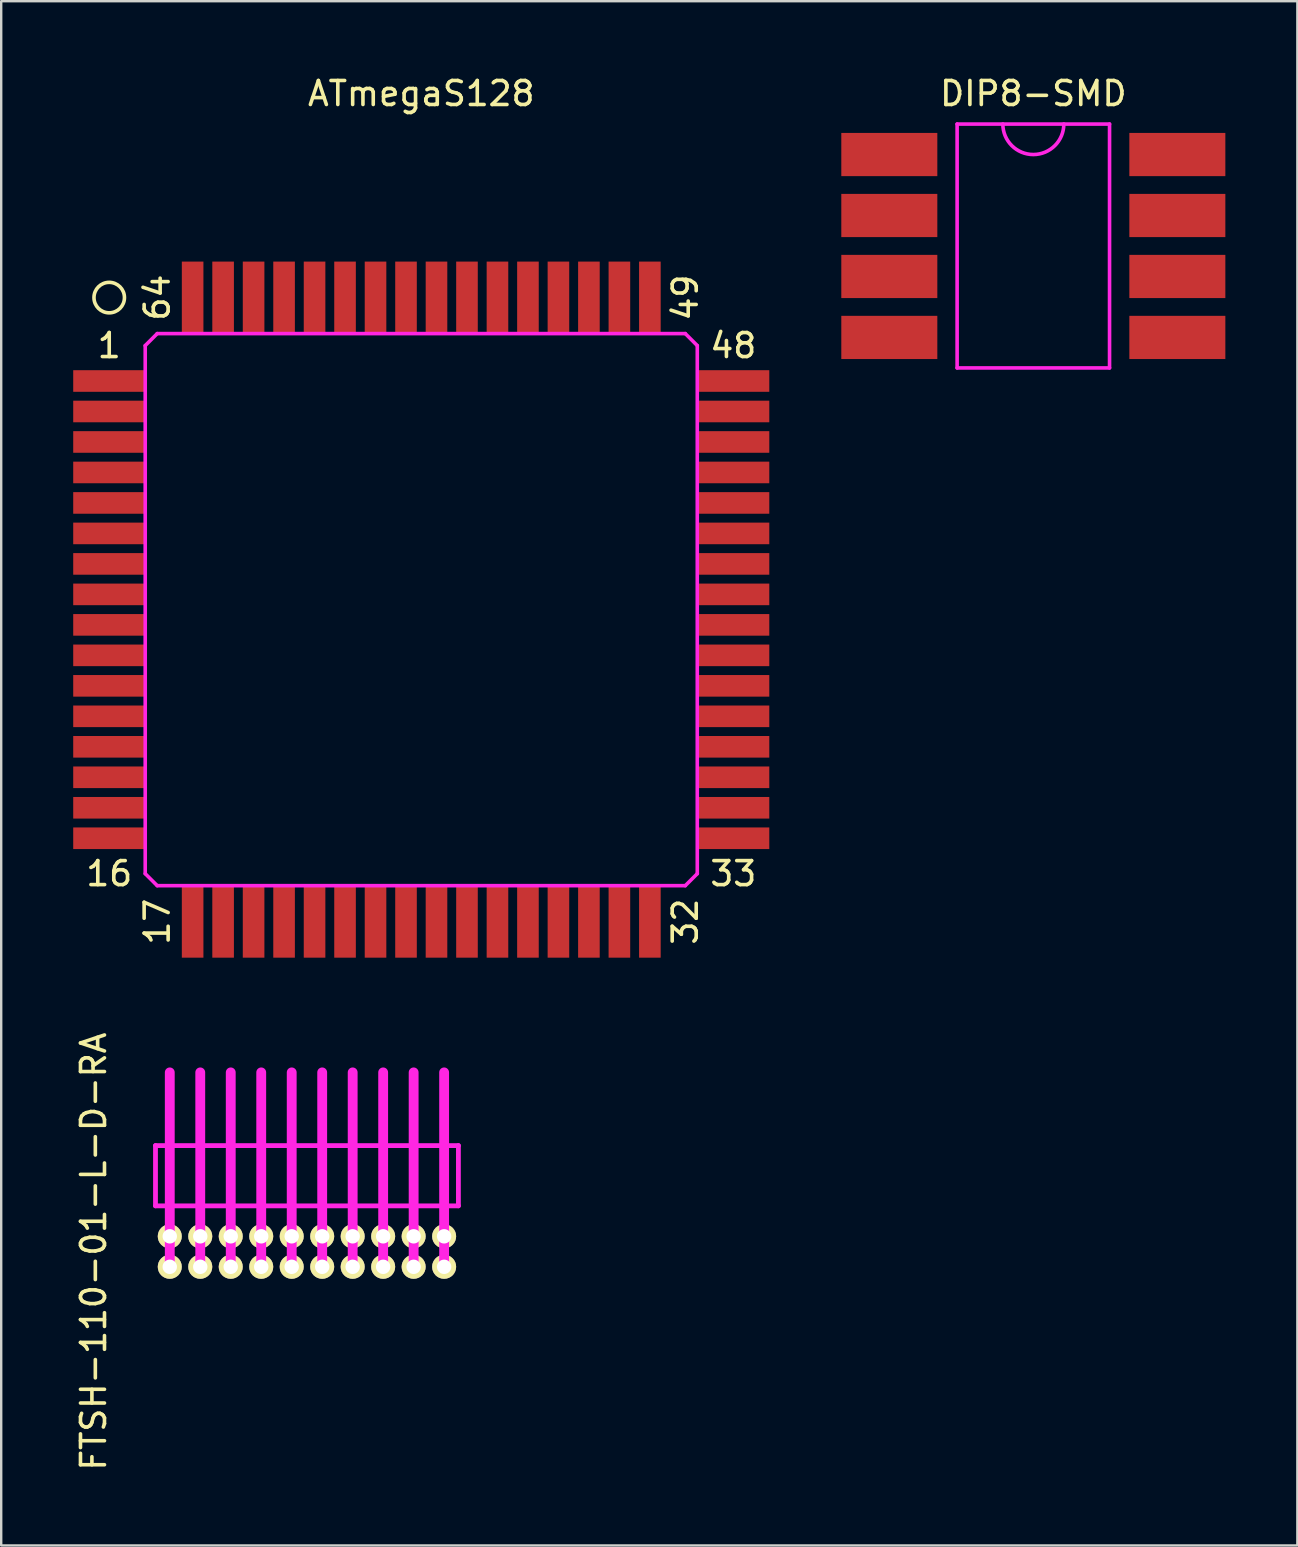
<source format=kicad_pcb>
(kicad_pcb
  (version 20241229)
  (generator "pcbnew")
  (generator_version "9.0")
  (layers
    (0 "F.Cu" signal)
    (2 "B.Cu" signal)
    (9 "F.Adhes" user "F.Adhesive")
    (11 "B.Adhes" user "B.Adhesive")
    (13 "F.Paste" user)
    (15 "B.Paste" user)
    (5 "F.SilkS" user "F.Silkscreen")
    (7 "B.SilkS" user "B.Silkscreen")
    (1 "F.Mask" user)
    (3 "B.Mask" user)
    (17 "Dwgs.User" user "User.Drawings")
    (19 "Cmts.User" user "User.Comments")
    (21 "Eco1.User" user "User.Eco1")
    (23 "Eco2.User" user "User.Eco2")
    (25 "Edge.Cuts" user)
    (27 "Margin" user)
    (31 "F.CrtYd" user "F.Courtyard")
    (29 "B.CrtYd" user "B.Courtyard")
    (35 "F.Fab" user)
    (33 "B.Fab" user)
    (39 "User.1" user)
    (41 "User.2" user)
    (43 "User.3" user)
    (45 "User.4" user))
  (footprint "DIP8-SMD"
    (layer "F.Cu")
    (at 40 7.198)
    (property "Reference" "DIP8-SMD" (at 0 -6.35 0) (layer "F.SilkS") (effects (font (size 1 1) (thickness 0.15))))
    (attr through_hole)
    (fp_line (start -3.175 -5.08) (end 3.175 -5.08) (stroke (width 0.15) (type solid)) (layer "F.CrtYd"))
    (fp_line (start -3.175 5.08) (end -3.175 -5.08) (stroke (width 0.15) (type solid)) (layer "F.CrtYd"))
    (fp_line (start 3.175 -5.08) (end 3.175 5.08) (stroke (width 0.15) (type solid)) (layer "F.CrtYd"))
    (fp_line (start 3.175 5.08) (end -3.175 5.08) (stroke (width 0.15) (type solid)) (layer "F.CrtYd"))
    (fp_arc (start 1.27 -5.08) (mid 0 -3.81) (end -1.27 -5.08) (stroke (width 0.15) (type solid)) (layer "F.CrtYd"))
    (pad "1" smd rect (at -6 -3.81) (size 4 1.8) (layers "F.Cu" "F.Mask" "F.Paste"))
    (pad "2" smd rect (at -6 -1.27) (size 4 1.8) (layers "F.Cu" "F.Mask" "F.Paste"))
    (pad "3" smd rect (at -6 1.27) (size 4 1.8) (layers "F.Cu" "F.Mask" "F.Paste"))
    (pad "4" smd rect (at -6 3.81) (size 4 1.8) (layers "F.Cu" "F.Mask" "F.Paste"))
    (pad "5" smd rect (at 6 3.81) (size 4 1.8) (layers "F.Cu" "F.Mask" "F.Paste"))
    (pad "6" smd rect (at 6 1.27) (size 4 1.8) (layers "F.Cu" "F.Mask" "F.Paste"))
    (pad "7" smd rect (at 6 -1.27) (size 4 1.8) (layers "F.Cu" "F.Mask" "F.Paste"))
    (pad "8" smd rect (at 6 -3.81) (size 4 1.8) (layers "F.Cu" "F.Mask" "F.Paste")))
  (footprint "ATmegaS128"
    (layer "F.Cu")
    (at 14.5 22.348)
    (property "Reference" "ATmegaS128" (at 0 -21.5 0) (layer "F.SilkS") (effects (font (size 1 1) (thickness 0.15))))
    (attr through_hole)
    (fp_circle (center -13 -13) (end -12.365 -13) (stroke (width 0.15) (type solid)) (fill no) (layer "F.SilkS"))
    (fp_line (start -11.5 -11) (end -11 -11.5) (stroke (width 0.15) (type solid)) (layer "F.CrtYd"))
    (fp_line (start -11.5 11) (end -11.5 -11) (stroke (width 0.15) (type solid)) (layer "F.CrtYd"))
    (fp_line (start -11 -11.5) (end 11 -11.5) (stroke (width 0.15) (type solid)) (layer "F.CrtYd"))
    (fp_line (start -11 11.5) (end -11.5 11) (stroke (width 0.15) (type solid)) (layer "F.CrtYd"))
    (fp_line (start 11 -11.5) (end 11.5 -11) (stroke (width 0.15) (type solid)) (layer "F.CrtYd"))
    (fp_line (start 11 11.5) (end -11 11.5) (stroke (width 0.15) (type solid)) (layer "F.CrtYd"))
    (fp_line (start 11.5 -11) (end 11.5 11) (stroke (width 0.15) (type solid)) (layer "F.CrtYd"))
    (fp_line (start 11.5 11) (end 11 11.5) (stroke (width 0.15) (type solid)) (layer "F.CrtYd"))
    (fp_text user "64" (at -11 -13 90) (layer "F.SilkS") (effects (font (size 1 1) (thickness 0.15))))
    (fp_text user "1" (at -13 -11 0) (layer "F.SilkS") (effects (font (size 1 1) (thickness 0.15))))
    (fp_text user "48" (at 13 -11 0) (layer "F.SilkS") (effects (font (size 1 1) (thickness 0.15))))
    (fp_text user "17" (at -11 13 90) (layer "F.SilkS") (effects (font (size 1 1) (thickness 0.15))))
    (fp_text user "49" (at 11 -13 90) (layer "F.SilkS") (effects (font (size 1 1) (thickness 0.15))))
    (fp_text user "16" (at -13 11 0) (layer "F.SilkS") (effects (font (size 1 1) (thickness 0.15))))
    (fp_text user "33" (at 13 11 0) (layer "F.SilkS") (effects (font (size 1 1) (thickness 0.15))))
    (fp_text user "32" (at 11 13 90) (layer "F.SilkS") (effects (font (size 1 1) (thickness 0.15))))
    (pad "1" smd rect (at -13 -9.525) (size 3 0.9) (layers "F.Cu" "F.Mask" "F.Paste"))
    (pad "2" smd rect (at -13 -8.255) (size 3 0.9) (layers "F.Cu" "F.Mask" "F.Paste"))
    (pad "3" smd rect (at -13 -6.985) (size 3 0.9) (layers "F.Cu" "F.Mask" "F.Paste"))
    (pad "4" smd rect (at -13 -5.715) (size 3 0.9) (layers "F.Cu" "F.Mask" "F.Paste"))
    (pad "5" smd rect (at -13 -4.445) (size 3 0.9) (layers "F.Cu" "F.Mask" "F.Paste"))
    (pad "6" smd rect (at -13 -3.175) (size 3 0.9) (layers "F.Cu" "F.Mask" "F.Paste"))
    (pad "7" smd rect (at -13 -1.905) (size 3 0.9) (layers "F.Cu" "F.Mask" "F.Paste"))
    (pad "8" smd rect (at -13 -0.635) (size 3 0.9) (layers "F.Cu" "F.Mask" "F.Paste"))
    (pad "9" smd rect (at -13 0.635) (size 3 0.9) (layers "F.Cu" "F.Mask" "F.Paste"))
    (pad "10" smd rect (at -13 1.905) (size 3 0.9) (layers "F.Cu" "F.Mask" "F.Paste"))
    (pad "11" smd rect (at -13 3.175) (size 3 0.9) (layers "F.Cu" "F.Mask" "F.Paste"))
    (pad "12" smd rect (at -13 4.445) (size 3 0.9) (layers "F.Cu" "F.Mask" "F.Paste"))
    (pad "13" smd rect (at -13 5.715) (size 3 0.9) (layers "F.Cu" "F.Mask" "F.Paste"))
    (pad "14" smd rect (at -13 6.985) (size 3 0.9) (layers "F.Cu" "F.Mask" "F.Paste"))
    (pad "15" smd rect (at -13 8.255) (size 3 0.9) (layers "F.Cu" "F.Mask" "F.Paste"))
    (pad "16" smd rect (at -13 9.525) (size 3 0.9) (layers "F.Cu" "F.Mask" "F.Paste"))
    (pad "17" smd rect (at -9.525 13 90) (size 3 0.9) (layers "F.Cu" "F.Mask" "F.Paste"))
    (pad "18" smd rect (at -8.255 13 90) (size 3 0.9) (layers "F.Cu" "F.Mask" "F.Paste"))
    (pad "19" smd rect (at -6.985 13 90) (size 3 0.9) (layers "F.Cu" "F.Mask" "F.Paste"))
    (pad "20" smd rect (at -5.715 13 90) (size 3 0.9) (layers "F.Cu" "F.Mask" "F.Paste"))
    (pad "21" smd rect (at -4.445 13 90) (size 3 0.9) (layers "F.Cu" "F.Mask" "F.Paste"))
    (pad "22" smd rect (at -3.175 13 90) (size 3 0.9) (layers "F.Cu" "F.Mask" "F.Paste"))
    (pad "23" smd rect (at -1.905 13 90) (size 3 0.9) (layers "F.Cu" "F.Mask" "F.Paste"))
    (pad "24" smd rect (at -0.635 13 90) (size 3 0.9) (layers "F.Cu" "F.Mask" "F.Paste"))
    (pad "25" smd rect (at 0.635 13 90) (size 3 0.9) (layers "F.Cu" "F.Mask" "F.Paste"))
    (pad "26" smd rect (at 1.905 13 90) (size 3 0.9) (layers "F.Cu" "F.Mask" "F.Paste"))
    (pad "27" smd rect (at 3.175 13 90) (size 3 0.9) (layers "F.Cu" "F.Mask" "F.Paste"))
    (pad "28" smd rect (at 4.445 13 90) (size 3 0.9) (layers "F.Cu" "F.Mask" "F.Paste"))
    (pad "29" smd rect (at 5.715 13 90) (size 3 0.9) (layers "F.Cu" "F.Mask" "F.Paste"))
    (pad "30" smd rect (at 6.985 13 90) (size 3 0.9) (layers "F.Cu" "F.Mask" "F.Paste"))
    (pad "31" smd rect (at 8.255 13 90) (size 3 0.9) (layers "F.Cu" "F.Mask" "F.Paste"))
    (pad "32" smd rect (at 9.525 13 90) (size 3 0.9) (layers "F.Cu" "F.Mask" "F.Paste"))
    (pad "33" smd rect (at 13 9.525 180) (size 3 0.9) (layers "F.Cu" "F.Mask" "F.Paste"))
    (pad "34" smd rect (at 13 8.255 180) (size 3 0.9) (layers "F.Cu" "F.Mask" "F.Paste"))
    (pad "35" smd rect (at 13 6.985 180) (size 3 0.9) (layers "F.Cu" "F.Mask" "F.Paste"))
    (pad "36" smd rect (at 13 5.715 180) (size 3 0.9) (layers "F.Cu" "F.Mask" "F.Paste"))
    (pad "37" smd rect (at 13 4.445 180) (size 3 0.9) (layers "F.Cu" "F.Mask" "F.Paste"))
    (pad "38" smd rect (at 13 3.175 180) (size 3 0.9) (layers "F.Cu" "F.Mask" "F.Paste"))
    (pad "39" smd rect (at 13 1.905 180) (size 3 0.9) (layers "F.Cu" "F.Mask" "F.Paste"))
    (pad "40" smd rect (at 13 0.635 180) (size 3 0.9) (layers "F.Cu" "F.Mask" "F.Paste"))
    (pad "41" smd rect (at 13 -0.635 180) (size 3 0.9) (layers "F.Cu" "F.Mask" "F.Paste"))
    (pad "42" smd rect (at 13 -1.905 180) (size 3 0.9) (layers "F.Cu" "F.Mask" "F.Paste"))
    (pad "43" smd rect (at 13 -3.175 180) (size 3 0.9) (layers "F.Cu" "F.Mask" "F.Paste"))
    (pad "44" smd rect (at 13 -4.445 180) (size 3 0.9) (layers "F.Cu" "F.Mask" "F.Paste"))
    (pad "45" smd rect (at 13 -5.715 180) (size 3 0.9) (layers "F.Cu" "F.Mask" "F.Paste"))
    (pad "46" smd rect (at 13 -6.985 180) (size 3 0.9) (layers "F.Cu" "F.Mask" "F.Paste"))
    (pad "47" smd rect (at 13 -8.255 180) (size 3 0.9) (layers "F.Cu" "F.Mask" "F.Paste"))
    (pad "48" smd rect (at 13 -9.525 180) (size 3 0.9) (layers "F.Cu" "F.Mask" "F.Paste"))
    (pad "49" smd rect (at 9.525 -13 270) (size 3 0.9) (layers "F.Cu" "F.Mask" "F.Paste"))
    (pad "50" smd rect (at 8.255 -13 270) (size 3 0.9) (layers "F.Cu" "F.Mask" "F.Paste"))
    (pad "51" smd rect (at 6.985 -13 270) (size 3 0.9) (layers "F.Cu" "F.Mask" "F.Paste"))
    (pad "52" smd rect (at 5.715 -13 270) (size 3 0.9) (layers "F.Cu" "F.Mask" "F.Paste"))
    (pad "53" smd rect (at 4.445 -13 270) (size 3 0.9) (layers "F.Cu" "F.Mask" "F.Paste"))
    (pad "54" smd rect (at 3.175 -13 270) (size 3 0.9) (layers "F.Cu" "F.Mask" "F.Paste"))
    (pad "55" smd rect (at 1.905 -13 270) (size 3 0.9) (layers "F.Cu" "F.Mask" "F.Paste"))
    (pad "56" smd rect (at 0.635 -13 270) (size 3 0.9) (layers "F.Cu" "F.Mask" "F.Paste"))
    (pad "57" smd rect (at -0.635 -13 270) (size 3 0.9) (layers "F.Cu" "F.Mask" "F.Paste"))
    (pad "58" smd rect (at -1.905 -13 270) (size 3 0.9) (layers "F.Cu" "F.Mask" "F.Paste"))
    (pad "59" smd rect (at -3.175 -13 270) (size 3 0.9) (layers "F.Cu" "F.Mask" "F.Paste"))
    (pad "60" smd rect (at -4.445 -13 270) (size 3 0.9) (layers "F.Cu" "F.Mask" "F.Paste"))
    (pad "61" smd rect (at -5.715 -13 270) (size 3 0.9) (layers "F.Cu" "F.Mask" "F.Paste"))
    (pad "62" smd rect (at -6.985 -13 270) (size 3 0.9) (layers "F.Cu" "F.Mask" "F.Paste"))
    (pad "63" smd rect (at -8.255 -13 270) (size 3 0.9) (layers "F.Cu" "F.Mask" "F.Paste"))
    (pad "64" smd rect (at -9.525 -13 270) (size 3 0.9) (layers "F.Cu" "F.Mask" "F.Paste")))
  (footprint "FTSH-110-01-L-D-RA"
    (layer "F.Cu")
    (at 9.738 49.092)
    (property "Reference" "FTSH-110-01-L-D-RA" (at -8.89 0 90) (layer "F.SilkS") (effects (font (size 1 1) (thickness 0.15))))
    (attr through_hole)
    (fp_line (start -6.31 -4.415) (end 6.31 -4.415) (stroke (width 0.2) (type solid)) (layer "F.CrtYd"))
    (fp_line (start -6.31 -1.905) (end -6.31 -4.415) (stroke (width 0.2) (type solid)) (layer "F.CrtYd"))
    (fp_line (start -5.715 0.635) (end -5.715 -7.465) (stroke (width 0.41) (type solid)) (layer "F.CrtYd"))
    (fp_line (start -4.445 0.635) (end -4.445 -7.465) (stroke (width 0.41) (type solid)) (layer "F.CrtYd"))
    (fp_line (start -3.175 0.635) (end -3.175 -7.465) (stroke (width 0.41) (type solid)) (layer "F.CrtYd"))
    (fp_line (start -1.905 0.635) (end -1.905 -7.465) (stroke (width 0.41) (type solid)) (layer "F.CrtYd"))
    (fp_line (start -0.635 0.635) (end -0.635 -7.465) (stroke (width 0.41) (type solid)) (layer "F.CrtYd"))
    (fp_line (start 0.635 0.635) (end 0.635 -7.465) (stroke (width 0.41) (type solid)) (layer "F.CrtYd"))
    (fp_line (start 1.905 0.635) (end 1.905 -7.465) (stroke (width 0.41) (type solid)) (layer "F.CrtYd"))
    (fp_line (start 3.175 0.635) (end 3.175 -7.465) (stroke (width 0.41) (type solid)) (layer "F.CrtYd"))
    (fp_line (start 4.445 0.635) (end 4.445 -7.465) (stroke (width 0.41) (type solid)) (layer "F.CrtYd"))
    (fp_line (start 5.715 0.635) (end 5.715 -7.465) (stroke (width 0.41) (type solid)) (layer "F.CrtYd"))
    (fp_line (start 6.31 -4.415) (end 6.31 -1.905) (stroke (width 0.2) (type solid)) (layer "F.CrtYd"))
    (fp_line (start 6.31 -1.905) (end -6.31 -1.905) (stroke (width 0.2) (type solid)) (layer "F.CrtYd"))
    (pad "1" thru_hole circle (at -5.715 0.635) (size 1 1) (drill 0.6) (layers "*.Cu" "*.Mask" "F.SilkS"))
    (pad "2" thru_hole circle (at -5.715 -0.635) (size 1 1) (drill 0.6) (layers "*.Cu" "*.Mask" "F.SilkS"))
    (pad "3" thru_hole circle (at -4.445 0.635) (size 1 1) (drill 0.6) (layers "*.Cu" "*.Mask" "F.SilkS"))
    (pad "4" thru_hole circle (at -4.445 -0.635) (size 1 1) (drill 0.6) (layers "*.Cu" "*.Mask" "F.SilkS"))
    (pad "5" thru_hole circle (at -3.175 0.635) (size 1 1) (drill 0.6) (layers "*.Cu" "*.Mask" "F.SilkS"))
    (pad "6" thru_hole circle (at -3.175 -0.635) (size 1 1) (drill 0.6) (layers "*.Cu" "*.Mask" "F.SilkS"))
    (pad "7" thru_hole circle (at -1.905 0.635) (size 1 1) (drill 0.6) (layers "*.Cu" "*.Mask" "F.SilkS"))
    (pad "8" thru_hole circle (at -1.905 -0.635) (size 1 1) (drill 0.6) (layers "*.Cu" "*.Mask" "F.SilkS"))
    (pad "9" thru_hole circle (at -0.635 0.635) (size 1 1) (drill 0.6) (layers "*.Cu" "*.Mask" "F.SilkS"))
    (pad "10" thru_hole circle (at -0.635 -0.635) (size 1 1) (drill 0.6) (layers "*.Cu" "*.Mask" "F.SilkS"))
    (pad "11" thru_hole circle (at 0.635 0.635) (size 1 1) (drill 0.6) (layers "*.Cu" "*.Mask" "F.SilkS"))
    (pad "12" thru_hole circle (at 0.635 -0.635) (size 1 1) (drill 0.6) (layers "*.Cu" "*.Mask" "F.SilkS"))
    (pad "13" thru_hole circle (at 1.905 0.635) (size 1 1) (drill 0.6) (layers "*.Cu" "*.Mask" "F.SilkS"))
    (pad "14" thru_hole circle (at 1.905 -0.635) (size 1 1) (drill 0.6) (layers "*.Cu" "*.Mask" "F.SilkS"))
    (pad "15" thru_hole circle (at 3.175 0.635) (size 1 1) (drill 0.6) (layers "*.Cu" "*.Mask" "F.SilkS"))
    (pad "16" thru_hole circle (at 3.175 -0.635) (size 1 1) (drill 0.6) (layers "*.Cu" "*.Mask" "F.SilkS"))
    (pad "17" thru_hole circle (at 4.445 0.635) (size 1 1) (drill 0.6) (layers "*.Cu" "*.Mask" "F.SilkS"))
    (pad "18" thru_hole circle (at 4.445 -0.635) (size 1 1) (drill 0.6) (layers "*.Cu" "*.Mask" "F.SilkS"))
    (pad "19" thru_hole circle (at 5.715 0.635) (size 1 1) (drill 0.6) (layers "*.Cu" "*.Mask" "F.SilkS"))
    (pad "20" thru_hole circle (at 5.715 -0.635) (size 1 1) (drill 0.6) (layers "*.Cu" "*.Mask" "F.SilkS")))
  (gr_rect
    (start -3 -3)
    (end 51 61.336)
    (stroke (width 0.1) (type default))
    (fill no)
    (layer "Edge.Cuts")))
</source>
